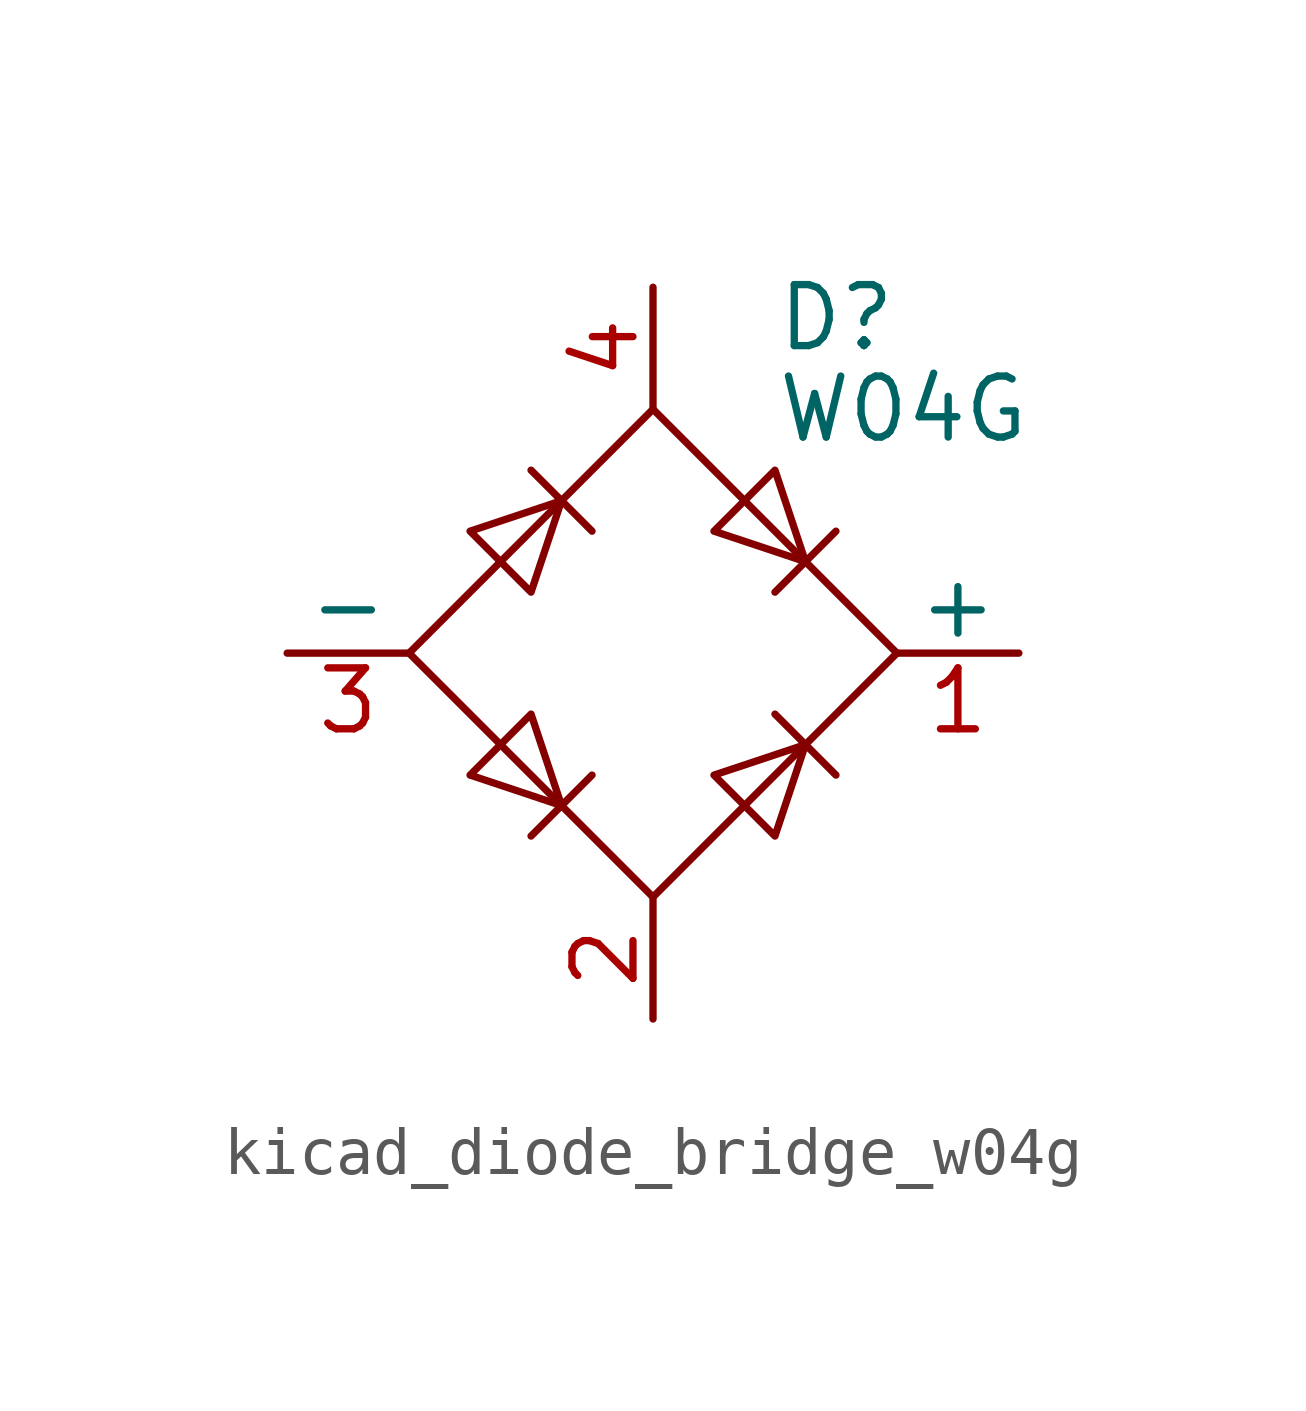
<source format=kicad_sym>
(kicad_symbol_lib
  (version 20220914)
  (generator kicad_symbol_editor)
  (symbol "kicad_diode_bridge_w04g"
    (pin_names
      (offset 0))
    (property "Reference" "D"
      (at 2.54 6.985 0)
      (effects (font (size 1.27 1.27)) (justify left)))
    (property "Value" "W04G"
      (at 2.54 5.08 0)
      (effects (font (size 1.27 1.27)) (justify left)))
    (symbol "kicad_diode_bridge_w04g_0_1"
      (polyline (pts (xy -2.54 3.81) (xy -1.27 2.54)) (stroke (width 0) (type default)) (fill (type none)))
      (polyline (pts (xy -1.27 -2.54) (xy -2.54 -3.81)) (stroke (width 0) (type default)) (fill (type none)))
      (polyline (pts (xy 2.54 -1.27) (xy 3.81 -2.54)) (stroke (width 0) (type default)) (fill (type none)))
      (polyline (pts (xy 2.54 1.27) (xy 3.81 2.54)) (stroke (width 0) (type default)) (fill (type none)))
      (polyline (pts (xy -3.81 2.54) (xy -2.54 1.27) (xy -1.905 3.175) (xy -3.81 2.54)) (stroke (width 0) (type default)) (fill (type none)))
      (polyline (pts (xy -2.54 -1.27) (xy -3.81 -2.54) (xy -1.905 -3.175) (xy -2.54 -1.27)) (stroke (width 0) (type default)) (fill (type none)))
      (polyline (pts (xy 1.27 2.54) (xy 2.54 3.81) (xy 3.175 1.905) (xy 1.27 2.54)) (stroke (width 0) (type default)) (fill (type none)))
      (polyline (pts (xy 3.175 -1.905) (xy 1.27 -2.54) (xy 2.54 -3.81) (xy 3.175 -1.905)) (stroke (width 0) (type default)) (fill (type none)))
      (polyline (pts (xy -5.08 0) (xy 0 -5.08) (xy 5.08 0) (xy 0 5.08) (xy -5.08 0)) (stroke (width 0) (type default)) (fill (type none))))
    (symbol "kicad_diode_bridge_w04g_1_1"
      (pin passive line (at 7.62 0 180) (length 2.54) (name "+" (effects (font (size 1.27 1.27)))) (number "1" (effects (font (size 1.27 1.27)))))
      (pin passive line (at 0 -7.62 90) (length 2.54) (name "~" (effects (font (size 1.27 1.27)))) (number "2" (effects (font (size 1.27 1.27)))))
      (pin passive line (at -7.62 0 0) (length 2.54) (name "-" (effects (font (size 1.27 1.27)))) (number "3" (effects (font (size 1.27 1.27)))))
      (pin passive line (at 0 7.62 270) (length 2.54) (name "~" (effects (font (size 1.27 1.27)))) (number "4" (effects (font (size 1.27 1.27))))))))
</source>
